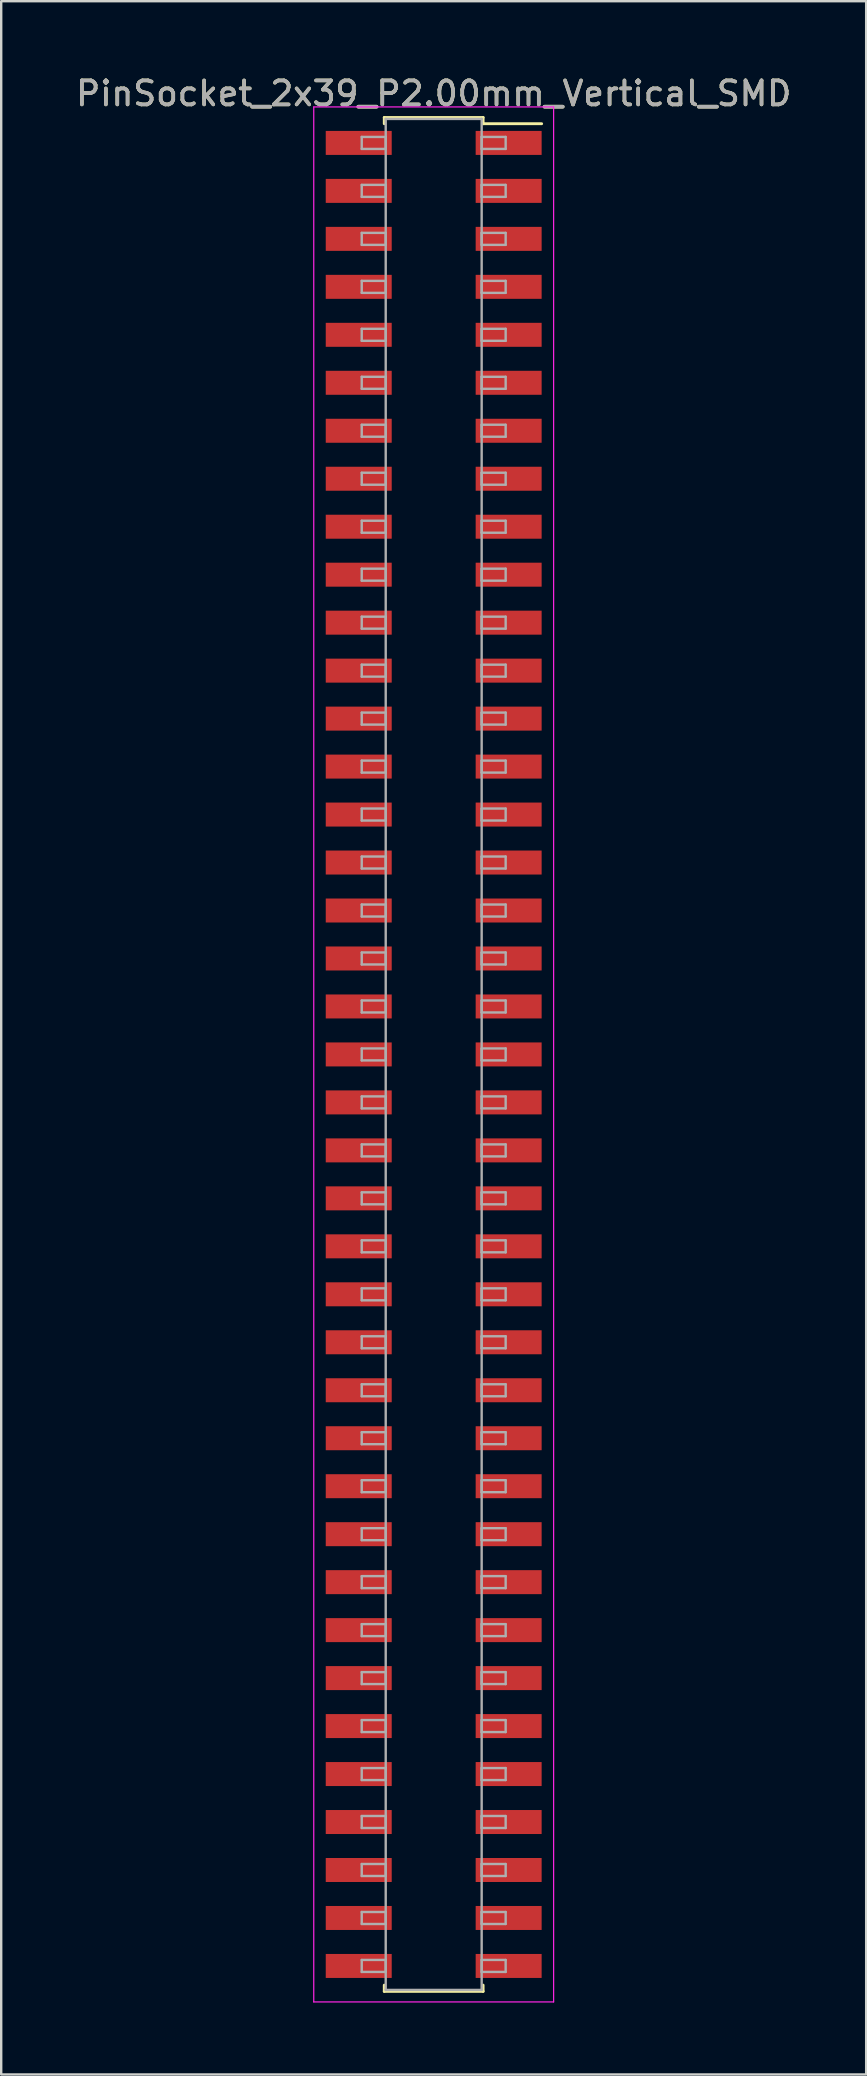
<source format=kicad_pcb>
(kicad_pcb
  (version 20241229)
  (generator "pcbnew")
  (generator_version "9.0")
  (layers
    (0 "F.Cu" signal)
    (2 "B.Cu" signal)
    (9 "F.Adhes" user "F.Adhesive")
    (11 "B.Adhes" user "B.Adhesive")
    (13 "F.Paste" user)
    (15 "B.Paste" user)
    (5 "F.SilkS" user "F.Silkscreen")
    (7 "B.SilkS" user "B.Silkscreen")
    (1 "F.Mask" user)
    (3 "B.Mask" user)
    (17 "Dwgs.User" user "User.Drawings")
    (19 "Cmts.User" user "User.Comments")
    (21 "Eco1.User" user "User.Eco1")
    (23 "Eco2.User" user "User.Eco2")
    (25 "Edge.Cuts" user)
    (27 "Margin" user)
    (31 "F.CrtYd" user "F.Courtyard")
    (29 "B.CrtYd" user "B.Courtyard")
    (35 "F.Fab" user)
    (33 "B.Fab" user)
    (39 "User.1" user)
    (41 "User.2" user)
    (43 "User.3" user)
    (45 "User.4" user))
  (footprint "PinSocket_2x39_P2.00mm_Vertical_SMD"
    (layer "F.Cu")
    (at 15.03 40.908)
    (property "Reference" "PinSocket_2x39_P2.00mm_Vertical_SMD" (at 0 -40.06 0) (layer "F.SilkS") (effects (font (size 1 1) (thickness 0.15))))
    (attr smd)
    (fp_line (start -2.06 -39.06) (end 2.06 -39.06) (stroke (width 0.12) (type solid)) (layer "F.SilkS"))
    (fp_line (start -2.06 -38.8) (end -2.06 -39.06) (stroke (width 0.12) (type solid)) (layer "F.SilkS"))
    (fp_line (start -2.06 38.8) (end -2.06 39.06) (stroke (width 0.12) (type solid)) (layer "F.SilkS"))
    (fp_line (start -2.06 39.06) (end 2.06 39.06) (stroke (width 0.12) (type solid)) (layer "F.SilkS"))
    (fp_line (start 2.06 -39.06) (end 2.06 -38.8) (stroke (width 0.12) (type solid)) (layer "F.SilkS"))
    (fp_line (start 2.06 39.06) (end 2.06 38.8) (stroke (width 0.12) (type solid)) (layer "F.SilkS"))
    (fp_line (start 4.5 -38.8) (end 2.06 -38.8) (stroke (width 0.12) (type solid)) (layer "F.SilkS"))
    (fp_line (start -5 -39.5) (end -5 39.5) (stroke (width 0.05) (type solid)) (layer "F.CrtYd"))
    (fp_line (start -5 39.5) (end 5 39.5) (stroke (width 0.05) (type solid)) (layer "F.CrtYd"))
    (fp_line (start 5 -39.5) (end -5 -39.5) (stroke (width 0.05) (type solid)) (layer "F.CrtYd"))
    (fp_line (start 5 39.5) (end 5 -39.5) (stroke (width 0.05) (type solid)) (layer "F.CrtYd"))
    (fp_line (start -3 -38.25) (end -2 -38.25) (stroke (width 0.1) (type solid)) (layer "F.Fab"))
    (fp_line (start -3 -37.75) (end -3 -38.25) (stroke (width 0.1) (type solid)) (layer "F.Fab"))
    (fp_line (start -3 -36.25) (end -2 -36.25) (stroke (width 0.1) (type solid)) (layer "F.Fab"))
    (fp_line (start -3 -35.75) (end -3 -36.25) (stroke (width 0.1) (type solid)) (layer "F.Fab"))
    (fp_line (start -3 -34.25) (end -2 -34.25) (stroke (width 0.1) (type solid)) (layer "F.Fab"))
    (fp_line (start -3 -33.75) (end -3 -34.25) (stroke (width 0.1) (type solid)) (layer "F.Fab"))
    (fp_line (start -3 -32.25) (end -2 -32.25) (stroke (width 0.1) (type solid)) (layer "F.Fab"))
    (fp_line (start -3 -31.75) (end -3 -32.25) (stroke (width 0.1) (type solid)) (layer "F.Fab"))
    (fp_line (start -3 -30.25) (end -2 -30.25) (stroke (width 0.1) (type solid)) (layer "F.Fab"))
    (fp_line (start -3 -29.75) (end -3 -30.25) (stroke (width 0.1) (type solid)) (layer "F.Fab"))
    (fp_line (start -3 -28.25) (end -2 -28.25) (stroke (width 0.1) (type solid)) (layer "F.Fab"))
    (fp_line (start -3 -27.75) (end -3 -28.25) (stroke (width 0.1) (type solid)) (layer "F.Fab"))
    (fp_line (start -3 -26.25) (end -2 -26.25) (stroke (width 0.1) (type solid)) (layer "F.Fab"))
    (fp_line (start -3 -25.75) (end -3 -26.25) (stroke (width 0.1) (type solid)) (layer "F.Fab"))
    (fp_line (start -3 -24.25) (end -2 -24.25) (stroke (width 0.1) (type solid)) (layer "F.Fab"))
    (fp_line (start -3 -23.75) (end -3 -24.25) (stroke (width 0.1) (type solid)) (layer "F.Fab"))
    (fp_line (start -3 -22.25) (end -2 -22.25) (stroke (width 0.1) (type solid)) (layer "F.Fab"))
    (fp_line (start -3 -21.75) (end -3 -22.25) (stroke (width 0.1) (type solid)) (layer "F.Fab"))
    (fp_line (start -3 -20.25) (end -2 -20.25) (stroke (width 0.1) (type solid)) (layer "F.Fab"))
    (fp_line (start -3 -19.75) (end -3 -20.25) (stroke (width 0.1) (type solid)) (layer "F.Fab"))
    (fp_line (start -3 -18.25) (end -2 -18.25) (stroke (width 0.1) (type solid)) (layer "F.Fab"))
    (fp_line (start -3 -17.75) (end -3 -18.25) (stroke (width 0.1) (type solid)) (layer "F.Fab"))
    (fp_line (start -3 -16.25) (end -2 -16.25) (stroke (width 0.1) (type solid)) (layer "F.Fab"))
    (fp_line (start -3 -15.75) (end -3 -16.25) (stroke (width 0.1) (type solid)) (layer "F.Fab"))
    (fp_line (start -3 -14.25) (end -2 -14.25) (stroke (width 0.1) (type solid)) (layer "F.Fab"))
    (fp_line (start -3 -13.75) (end -3 -14.25) (stroke (width 0.1) (type solid)) (layer "F.Fab"))
    (fp_line (start -3 -12.25) (end -2 -12.25) (stroke (width 0.1) (type solid)) (layer "F.Fab"))
    (fp_line (start -3 -11.75) (end -3 -12.25) (stroke (width 0.1) (type solid)) (layer "F.Fab"))
    (fp_line (start -3 -10.25) (end -2 -10.25) (stroke (width 0.1) (type solid)) (layer "F.Fab"))
    (fp_line (start -3 -9.75) (end -3 -10.25) (stroke (width 0.1) (type solid)) (layer "F.Fab"))
    (fp_line (start -3 -8.25) (end -2 -8.25) (stroke (width 0.1) (type solid)) (layer "F.Fab"))
    (fp_line (start -3 -7.75) (end -3 -8.25) (stroke (width 0.1) (type solid)) (layer "F.Fab"))
    (fp_line (start -3 -6.25) (end -2 -6.25) (stroke (width 0.1) (type solid)) (layer "F.Fab"))
    (fp_line (start -3 -5.75) (end -3 -6.25) (stroke (width 0.1) (type solid)) (layer "F.Fab"))
    (fp_line (start -3 -4.25) (end -2 -4.25) (stroke (width 0.1) (type solid)) (layer "F.Fab"))
    (fp_line (start -3 -3.75) (end -3 -4.25) (stroke (width 0.1) (type solid)) (layer "F.Fab"))
    (fp_line (start -3 -2.25) (end -2 -2.25) (stroke (width 0.1) (type solid)) (layer "F.Fab"))
    (fp_line (start -3 -1.75) (end -3 -2.25) (stroke (width 0.1) (type solid)) (layer "F.Fab"))
    (fp_line (start -3 -0.25) (end -2 -0.25) (stroke (width 0.1) (type solid)) (layer "F.Fab"))
    (fp_line (start -3 0.25) (end -3 -0.25) (stroke (width 0.1) (type solid)) (layer "F.Fab"))
    (fp_line (start -3 1.75) (end -2 1.75) (stroke (width 0.1) (type solid)) (layer "F.Fab"))
    (fp_line (start -3 2.25) (end -3 1.75) (stroke (width 0.1) (type solid)) (layer "F.Fab"))
    (fp_line (start -3 3.75) (end -2 3.75) (stroke (width 0.1) (type solid)) (layer "F.Fab"))
    (fp_line (start -3 4.25) (end -3 3.75) (stroke (width 0.1) (type solid)) (layer "F.Fab"))
    (fp_line (start -3 5.75) (end -2 5.75) (stroke (width 0.1) (type solid)) (layer "F.Fab"))
    (fp_line (start -3 6.25) (end -3 5.75) (stroke (width 0.1) (type solid)) (layer "F.Fab"))
    (fp_line (start -3 7.75) (end -2 7.75) (stroke (width 0.1) (type solid)) (layer "F.Fab"))
    (fp_line (start -3 8.25) (end -3 7.75) (stroke (width 0.1) (type solid)) (layer "F.Fab"))
    (fp_line (start -3 9.75) (end -2 9.75) (stroke (width 0.1) (type solid)) (layer "F.Fab"))
    (fp_line (start -3 10.25) (end -3 9.75) (stroke (width 0.1) (type solid)) (layer "F.Fab"))
    (fp_line (start -3 11.75) (end -2 11.75) (stroke (width 0.1) (type solid)) (layer "F.Fab"))
    (fp_line (start -3 12.25) (end -3 11.75) (stroke (width 0.1) (type solid)) (layer "F.Fab"))
    (fp_line (start -3 13.75) (end -2 13.75) (stroke (width 0.1) (type solid)) (layer "F.Fab"))
    (fp_line (start -3 14.25) (end -3 13.75) (stroke (width 0.1) (type solid)) (layer "F.Fab"))
    (fp_line (start -3 15.75) (end -2 15.75) (stroke (width 0.1) (type solid)) (layer "F.Fab"))
    (fp_line (start -3 16.25) (end -3 15.75) (stroke (width 0.1) (type solid)) (layer "F.Fab"))
    (fp_line (start -3 17.75) (end -2 17.75) (stroke (width 0.1) (type solid)) (layer "F.Fab"))
    (fp_line (start -3 18.25) (end -3 17.75) (stroke (width 0.1) (type solid)) (layer "F.Fab"))
    (fp_line (start -3 19.75) (end -2 19.75) (stroke (width 0.1) (type solid)) (layer "F.Fab"))
    (fp_line (start -3 20.25) (end -3 19.75) (stroke (width 0.1) (type solid)) (layer "F.Fab"))
    (fp_line (start -3 21.75) (end -2 21.75) (stroke (width 0.1) (type solid)) (layer "F.Fab"))
    (fp_line (start -3 22.25) (end -3 21.75) (stroke (width 0.1) (type solid)) (layer "F.Fab"))
    (fp_line (start -3 23.75) (end -2 23.75) (stroke (width 0.1) (type solid)) (layer "F.Fab"))
    (fp_line (start -3 24.25) (end -3 23.75) (stroke (width 0.1) (type solid)) (layer "F.Fab"))
    (fp_line (start -3 25.75) (end -2 25.75) (stroke (width 0.1) (type solid)) (layer "F.Fab"))
    (fp_line (start -3 26.25) (end -3 25.75) (stroke (width 0.1) (type solid)) (layer "F.Fab"))
    (fp_line (start -3 27.75) (end -2 27.75) (stroke (width 0.1) (type solid)) (layer "F.Fab"))
    (fp_line (start -3 28.25) (end -3 27.75) (stroke (width 0.1) (type solid)) (layer "F.Fab"))
    (fp_line (start -3 29.75) (end -2 29.75) (stroke (width 0.1) (type solid)) (layer "F.Fab"))
    (fp_line (start -3 30.25) (end -3 29.75) (stroke (width 0.1) (type solid)) (layer "F.Fab"))
    (fp_line (start -3 31.75) (end -2 31.75) (stroke (width 0.1) (type solid)) (layer "F.Fab"))
    (fp_line (start -3 32.25) (end -3 31.75) (stroke (width 0.1) (type solid)) (layer "F.Fab"))
    (fp_line (start -3 33.75) (end -2 33.75) (stroke (width 0.1) (type solid)) (layer "F.Fab"))
    (fp_line (start -3 34.25) (end -3 33.75) (stroke (width 0.1) (type solid)) (layer "F.Fab"))
    (fp_line (start -3 35.75) (end -2 35.75) (stroke (width 0.1) (type solid)) (layer "F.Fab"))
    (fp_line (start -3 36.25) (end -3 35.75) (stroke (width 0.1) (type solid)) (layer "F.Fab"))
    (fp_line (start -3 37.75) (end -2 37.75) (stroke (width 0.1) (type solid)) (layer "F.Fab"))
    (fp_line (start -3 38.25) (end -3 37.75) (stroke (width 0.1) (type solid)) (layer "F.Fab"))
    (fp_line (start -2 -39) (end -2 39) (stroke (width 0.1) (type solid)) (layer "F.Fab"))
    (fp_line (start -2 -38.25) (end -2 -37.75) (stroke (width 0.1) (type solid)) (layer "F.Fab"))
    (fp_line (start -2 -37.75) (end -3 -37.75) (stroke (width 0.1) (type solid)) (layer "F.Fab"))
    (fp_line (start -2 -36.25) (end -2 -35.75) (stroke (width 0.1) (type solid)) (layer "F.Fab"))
    (fp_line (start -2 -35.75) (end -3 -35.75) (stroke (width 0.1) (type solid)) (layer "F.Fab"))
    (fp_line (start -2 -34.25) (end -2 -33.75) (stroke (width 0.1) (type solid)) (layer "F.Fab"))
    (fp_line (start -2 -33.75) (end -3 -33.75) (stroke (width 0.1) (type solid)) (layer "F.Fab"))
    (fp_line (start -2 -32.25) (end -2 -31.75) (stroke (width 0.1) (type solid)) (layer "F.Fab"))
    (fp_line (start -2 -31.75) (end -3 -31.75) (stroke (width 0.1) (type solid)) (layer "F.Fab"))
    (fp_line (start -2 -30.25) (end -2 -29.75) (stroke (width 0.1) (type solid)) (layer "F.Fab"))
    (fp_line (start -2 -29.75) (end -3 -29.75) (stroke (width 0.1) (type solid)) (layer "F.Fab"))
    (fp_line (start -2 -28.25) (end -2 -27.75) (stroke (width 0.1) (type solid)) (layer "F.Fab"))
    (fp_line (start -2 -27.75) (end -3 -27.75) (stroke (width 0.1) (type solid)) (layer "F.Fab"))
    (fp_line (start -2 -26.25) (end -2 -25.75) (stroke (width 0.1) (type solid)) (layer "F.Fab"))
    (fp_line (start -2 -25.75) (end -3 -25.75) (stroke (width 0.1) (type solid)) (layer "F.Fab"))
    (fp_line (start -2 -24.25) (end -2 -23.75) (stroke (width 0.1) (type solid)) (layer "F.Fab"))
    (fp_line (start -2 -23.75) (end -3 -23.75) (stroke (width 0.1) (type solid)) (layer "F.Fab"))
    (fp_line (start -2 -22.25) (end -2 -21.75) (stroke (width 0.1) (type solid)) (layer "F.Fab"))
    (fp_line (start -2 -21.75) (end -3 -21.75) (stroke (width 0.1) (type solid)) (layer "F.Fab"))
    (fp_line (start -2 -20.25) (end -2 -19.75) (stroke (width 0.1) (type solid)) (layer "F.Fab"))
    (fp_line (start -2 -19.75) (end -3 -19.75) (stroke (width 0.1) (type solid)) (layer "F.Fab"))
    (fp_line (start -2 -18.25) (end -2 -17.75) (stroke (width 0.1) (type solid)) (layer "F.Fab"))
    (fp_line (start -2 -17.75) (end -3 -17.75) (stroke (width 0.1) (type solid)) (layer "F.Fab"))
    (fp_line (start -2 -16.25) (end -2 -15.75) (stroke (width 0.1) (type solid)) (layer "F.Fab"))
    (fp_line (start -2 -15.75) (end -3 -15.75) (stroke (width 0.1) (type solid)) (layer "F.Fab"))
    (fp_line (start -2 -14.25) (end -2 -13.75) (stroke (width 0.1) (type solid)) (layer "F.Fab"))
    (fp_line (start -2 -13.75) (end -3 -13.75) (stroke (width 0.1) (type solid)) (layer "F.Fab"))
    (fp_line (start -2 -12.25) (end -2 -11.75) (stroke (width 0.1) (type solid)) (layer "F.Fab"))
    (fp_line (start -2 -11.75) (end -3 -11.75) (stroke (width 0.1) (type solid)) (layer "F.Fab"))
    (fp_line (start -2 -10.25) (end -2 -9.75) (stroke (width 0.1) (type solid)) (layer "F.Fab"))
    (fp_line (start -2 -9.75) (end -3 -9.75) (stroke (width 0.1) (type solid)) (layer "F.Fab"))
    (fp_line (start -2 -8.25) (end -2 -7.75) (stroke (width 0.1) (type solid)) (layer "F.Fab"))
    (fp_line (start -2 -7.75) (end -3 -7.75) (stroke (width 0.1) (type solid)) (layer "F.Fab"))
    (fp_line (start -2 -6.25) (end -2 -5.75) (stroke (width 0.1) (type solid)) (layer "F.Fab"))
    (fp_line (start -2 -5.75) (end -3 -5.75) (stroke (width 0.1) (type solid)) (layer "F.Fab"))
    (fp_line (start -2 -4.25) (end -2 -3.75) (stroke (width 0.1) (type solid)) (layer "F.Fab"))
    (fp_line (start -2 -3.75) (end -3 -3.75) (stroke (width 0.1) (type solid)) (layer "F.Fab"))
    (fp_line (start -2 -2.25) (end -2 -1.75) (stroke (width 0.1) (type solid)) (layer "F.Fab"))
    (fp_line (start -2 -1.75) (end -3 -1.75) (stroke (width 0.1) (type solid)) (layer "F.Fab"))
    (fp_line (start -2 -0.25) (end -2 0.25) (stroke (width 0.1) (type solid)) (layer "F.Fab"))
    (fp_line (start -2 0.25) (end -3 0.25) (stroke (width 0.1) (type solid)) (layer "F.Fab"))
    (fp_line (start -2 1.75) (end -2 2.25) (stroke (width 0.1) (type solid)) (layer "F.Fab"))
    (fp_line (start -2 2.25) (end -3 2.25) (stroke (width 0.1) (type solid)) (layer "F.Fab"))
    (fp_line (start -2 3.75) (end -2 4.25) (stroke (width 0.1) (type solid)) (layer "F.Fab"))
    (fp_line (start -2 4.25) (end -3 4.25) (stroke (width 0.1) (type solid)) (layer "F.Fab"))
    (fp_line (start -2 5.75) (end -2 6.25) (stroke (width 0.1) (type solid)) (layer "F.Fab"))
    (fp_line (start -2 6.25) (end -3 6.25) (stroke (width 0.1) (type solid)) (layer "F.Fab"))
    (fp_line (start -2 7.75) (end -2 8.25) (stroke (width 0.1) (type solid)) (layer "F.Fab"))
    (fp_line (start -2 8.25) (end -3 8.25) (stroke (width 0.1) (type solid)) (layer "F.Fab"))
    (fp_line (start -2 9.75) (end -2 10.25) (stroke (width 0.1) (type solid)) (layer "F.Fab"))
    (fp_line (start -2 10.25) (end -3 10.25) (stroke (width 0.1) (type solid)) (layer "F.Fab"))
    (fp_line (start -2 11.75) (end -2 12.25) (stroke (width 0.1) (type solid)) (layer "F.Fab"))
    (fp_line (start -2 12.25) (end -3 12.25) (stroke (width 0.1) (type solid)) (layer "F.Fab"))
    (fp_line (start -2 13.75) (end -2 14.25) (stroke (width 0.1) (type solid)) (layer "F.Fab"))
    (fp_line (start -2 14.25) (end -3 14.25) (stroke (width 0.1) (type solid)) (layer "F.Fab"))
    (fp_line (start -2 15.75) (end -2 16.25) (stroke (width 0.1) (type solid)) (layer "F.Fab"))
    (fp_line (start -2 16.25) (end -3 16.25) (stroke (width 0.1) (type solid)) (layer "F.Fab"))
    (fp_line (start -2 17.75) (end -2 18.25) (stroke (width 0.1) (type solid)) (layer "F.Fab"))
    (fp_line (start -2 18.25) (end -3 18.25) (stroke (width 0.1) (type solid)) (layer "F.Fab"))
    (fp_line (start -2 19.75) (end -2 20.25) (stroke (width 0.1) (type solid)) (layer "F.Fab"))
    (fp_line (start -2 20.25) (end -3 20.25) (stroke (width 0.1) (type solid)) (layer "F.Fab"))
    (fp_line (start -2 21.75) (end -2 22.25) (stroke (width 0.1) (type solid)) (layer "F.Fab"))
    (fp_line (start -2 22.25) (end -3 22.25) (stroke (width 0.1) (type solid)) (layer "F.Fab"))
    (fp_line (start -2 23.75) (end -2 24.25) (stroke (width 0.1) (type solid)) (layer "F.Fab"))
    (fp_line (start -2 24.25) (end -3 24.25) (stroke (width 0.1) (type solid)) (layer "F.Fab"))
    (fp_line (start -2 25.75) (end -2 26.25) (stroke (width 0.1) (type solid)) (layer "F.Fab"))
    (fp_line (start -2 26.25) (end -3 26.25) (stroke (width 0.1) (type solid)) (layer "F.Fab"))
    (fp_line (start -2 27.75) (end -2 28.25) (stroke (width 0.1) (type solid)) (layer "F.Fab"))
    (fp_line (start -2 28.25) (end -3 28.25) (stroke (width 0.1) (type solid)) (layer "F.Fab"))
    (fp_line (start -2 29.75) (end -2 30.25) (stroke (width 0.1) (type solid)) (layer "F.Fab"))
    (fp_line (start -2 30.25) (end -3 30.25) (stroke (width 0.1) (type solid)) (layer "F.Fab"))
    (fp_line (start -2 31.75) (end -2 32.25) (stroke (width 0.1) (type solid)) (layer "F.Fab"))
    (fp_line (start -2 32.25) (end -3 32.25) (stroke (width 0.1) (type solid)) (layer "F.Fab"))
    (fp_line (start -2 33.75) (end -2 34.25) (stroke (width 0.1) (type solid)) (layer "F.Fab"))
    (fp_line (start -2 34.25) (end -3 34.25) (stroke (width 0.1) (type solid)) (layer "F.Fab"))
    (fp_line (start -2 35.75) (end -2 36.25) (stroke (width 0.1) (type solid)) (layer "F.Fab"))
    (fp_line (start -2 36.25) (end -3 36.25) (stroke (width 0.1) (type solid)) (layer "F.Fab"))
    (fp_line (start -2 37.75) (end -2 38.25) (stroke (width 0.1) (type solid)) (layer "F.Fab"))
    (fp_line (start -2 38.25) (end -3 38.25) (stroke (width 0.1) (type solid)) (layer "F.Fab"))
    (fp_line (start -2 39) (end 2 39) (stroke (width 0.1) (type solid)) (layer "F.Fab"))
    (fp_line (start 2 -39) (end -2 -39) (stroke (width 0.1) (type solid)) (layer "F.Fab"))
    (fp_line (start 2 -38.25) (end 2 -37.75) (stroke (width 0.1) (type solid)) (layer "F.Fab"))
    (fp_line (start 2 -37.75) (end 3 -37.75) (stroke (width 0.1) (type solid)) (layer "F.Fab"))
    (fp_line (start 2 -36.25) (end 2 -35.75) (stroke (width 0.1) (type solid)) (layer "F.Fab"))
    (fp_line (start 2 -35.75) (end 3 -35.75) (stroke (width 0.1) (type solid)) (layer "F.Fab"))
    (fp_line (start 2 -34.25) (end 2 -33.75) (stroke (width 0.1) (type solid)) (layer "F.Fab"))
    (fp_line (start 2 -33.75) (end 3 -33.75) (stroke (width 0.1) (type solid)) (layer "F.Fab"))
    (fp_line (start 2 -32.25) (end 2 -31.75) (stroke (width 0.1) (type solid)) (layer "F.Fab"))
    (fp_line (start 2 -31.75) (end 3 -31.75) (stroke (width 0.1) (type solid)) (layer "F.Fab"))
    (fp_line (start 2 -30.25) (end 2 -29.75) (stroke (width 0.1) (type solid)) (layer "F.Fab"))
    (fp_line (start 2 -29.75) (end 3 -29.75) (stroke (width 0.1) (type solid)) (layer "F.Fab"))
    (fp_line (start 2 -28.25) (end 2 -27.75) (stroke (width 0.1) (type solid)) (layer "F.Fab"))
    (fp_line (start 2 -27.75) (end 3 -27.75) (stroke (width 0.1) (type solid)) (layer "F.Fab"))
    (fp_line (start 2 -26.25) (end 2 -25.75) (stroke (width 0.1) (type solid)) (layer "F.Fab"))
    (fp_line (start 2 -25.75) (end 3 -25.75) (stroke (width 0.1) (type solid)) (layer "F.Fab"))
    (fp_line (start 2 -24.25) (end 2 -23.75) (stroke (width 0.1) (type solid)) (layer "F.Fab"))
    (fp_line (start 2 -23.75) (end 3 -23.75) (stroke (width 0.1) (type solid)) (layer "F.Fab"))
    (fp_line (start 2 -22.25) (end 2 -21.75) (stroke (width 0.1) (type solid)) (layer "F.Fab"))
    (fp_line (start 2 -21.75) (end 3 -21.75) (stroke (width 0.1) (type solid)) (layer "F.Fab"))
    (fp_line (start 2 -20.25) (end 2 -19.75) (stroke (width 0.1) (type solid)) (layer "F.Fab"))
    (fp_line (start 2 -19.75) (end 3 -19.75) (stroke (width 0.1) (type solid)) (layer "F.Fab"))
    (fp_line (start 2 -18.25) (end 2 -17.75) (stroke (width 0.1) (type solid)) (layer "F.Fab"))
    (fp_line (start 2 -17.75) (end 3 -17.75) (stroke (width 0.1) (type solid)) (layer "F.Fab"))
    (fp_line (start 2 -16.25) (end 2 -15.75) (stroke (width 0.1) (type solid)) (layer "F.Fab"))
    (fp_line (start 2 -15.75) (end 3 -15.75) (stroke (width 0.1) (type solid)) (layer "F.Fab"))
    (fp_line (start 2 -14.25) (end 2 -13.75) (stroke (width 0.1) (type solid)) (layer "F.Fab"))
    (fp_line (start 2 -13.75) (end 3 -13.75) (stroke (width 0.1) (type solid)) (layer "F.Fab"))
    (fp_line (start 2 -12.25) (end 2 -11.75) (stroke (width 0.1) (type solid)) (layer "F.Fab"))
    (fp_line (start 2 -11.75) (end 3 -11.75) (stroke (width 0.1) (type solid)) (layer "F.Fab"))
    (fp_line (start 2 -10.25) (end 2 -9.75) (stroke (width 0.1) (type solid)) (layer "F.Fab"))
    (fp_line (start 2 -9.75) (end 3 -9.75) (stroke (width 0.1) (type solid)) (layer "F.Fab"))
    (fp_line (start 2 -8.25) (end 2 -7.75) (stroke (width 0.1) (type solid)) (layer "F.Fab"))
    (fp_line (start 2 -7.75) (end 3 -7.75) (stroke (width 0.1) (type solid)) (layer "F.Fab"))
    (fp_line (start 2 -6.25) (end 2 -5.75) (stroke (width 0.1) (type solid)) (layer "F.Fab"))
    (fp_line (start 2 -5.75) (end 3 -5.75) (stroke (width 0.1) (type solid)) (layer "F.Fab"))
    (fp_line (start 2 -4.25) (end 2 -3.75) (stroke (width 0.1) (type solid)) (layer "F.Fab"))
    (fp_line (start 2 -3.75) (end 3 -3.75) (stroke (width 0.1) (type solid)) (layer "F.Fab"))
    (fp_line (start 2 -2.25) (end 2 -1.75) (stroke (width 0.1) (type solid)) (layer "F.Fab"))
    (fp_line (start 2 -1.75) (end 3 -1.75) (stroke (width 0.1) (type solid)) (layer "F.Fab"))
    (fp_line (start 2 -0.25) (end 2 0.25) (stroke (width 0.1) (type solid)) (layer "F.Fab"))
    (fp_line (start 2 0.25) (end 3 0.25) (stroke (width 0.1) (type solid)) (layer "F.Fab"))
    (fp_line (start 2 1.75) (end 2 2.25) (stroke (width 0.1) (type solid)) (layer "F.Fab"))
    (fp_line (start 2 2.25) (end 3 2.25) (stroke (width 0.1) (type solid)) (layer "F.Fab"))
    (fp_line (start 2 3.75) (end 2 4.25) (stroke (width 0.1) (type solid)) (layer "F.Fab"))
    (fp_line (start 2 4.25) (end 3 4.25) (stroke (width 0.1) (type solid)) (layer "F.Fab"))
    (fp_line (start 2 5.75) (end 2 6.25) (stroke (width 0.1) (type solid)) (layer "F.Fab"))
    (fp_line (start 2 6.25) (end 3 6.25) (stroke (width 0.1) (type solid)) (layer "F.Fab"))
    (fp_line (start 2 7.75) (end 2 8.25) (stroke (width 0.1) (type solid)) (layer "F.Fab"))
    (fp_line (start 2 8.25) (end 3 8.25) (stroke (width 0.1) (type solid)) (layer "F.Fab"))
    (fp_line (start 2 9.75) (end 2 10.25) (stroke (width 0.1) (type solid)) (layer "F.Fab"))
    (fp_line (start 2 10.25) (end 3 10.25) (stroke (width 0.1) (type solid)) (layer "F.Fab"))
    (fp_line (start 2 11.75) (end 2 12.25) (stroke (width 0.1) (type solid)) (layer "F.Fab"))
    (fp_line (start 2 12.25) (end 3 12.25) (stroke (width 0.1) (type solid)) (layer "F.Fab"))
    (fp_line (start 2 13.75) (end 2 14.25) (stroke (width 0.1) (type solid)) (layer "F.Fab"))
    (fp_line (start 2 14.25) (end 3 14.25) (stroke (width 0.1) (type solid)) (layer "F.Fab"))
    (fp_line (start 2 15.75) (end 2 16.25) (stroke (width 0.1) (type solid)) (layer "F.Fab"))
    (fp_line (start 2 16.25) (end 3 16.25) (stroke (width 0.1) (type solid)) (layer "F.Fab"))
    (fp_line (start 2 17.75) (end 2 18.25) (stroke (width 0.1) (type solid)) (layer "F.Fab"))
    (fp_line (start 2 18.25) (end 3 18.25) (stroke (width 0.1) (type solid)) (layer "F.Fab"))
    (fp_line (start 2 19.75) (end 2 20.25) (stroke (width 0.1) (type solid)) (layer "F.Fab"))
    (fp_line (start 2 20.25) (end 3 20.25) (stroke (width 0.1) (type solid)) (layer "F.Fab"))
    (fp_line (start 2 21.75) (end 2 22.25) (stroke (width 0.1) (type solid)) (layer "F.Fab"))
    (fp_line (start 2 22.25) (end 3 22.25) (stroke (width 0.1) (type solid)) (layer "F.Fab"))
    (fp_line (start 2 23.75) (end 2 24.25) (stroke (width 0.1) (type solid)) (layer "F.Fab"))
    (fp_line (start 2 24.25) (end 3 24.25) (stroke (width 0.1) (type solid)) (layer "F.Fab"))
    (fp_line (start 2 25.75) (end 2 26.25) (stroke (width 0.1) (type solid)) (layer "F.Fab"))
    (fp_line (start 2 26.25) (end 3 26.25) (stroke (width 0.1) (type solid)) (layer "F.Fab"))
    (fp_line (start 2 27.75) (end 2 28.25) (stroke (width 0.1) (type solid)) (layer "F.Fab"))
    (fp_line (start 2 28.25) (end 3 28.25) (stroke (width 0.1) (type solid)) (layer "F.Fab"))
    (fp_line (start 2 29.75) (end 2 30.25) (stroke (width 0.1) (type solid)) (layer "F.Fab"))
    (fp_line (start 2 30.25) (end 3 30.25) (stroke (width 0.1) (type solid)) (layer "F.Fab"))
    (fp_line (start 2 31.75) (end 2 32.25) (stroke (width 0.1) (type solid)) (layer "F.Fab"))
    (fp_line (start 2 32.25) (end 3 32.25) (stroke (width 0.1) (type solid)) (layer "F.Fab"))
    (fp_line (start 2 33.75) (end 2 34.25) (stroke (width 0.1) (type solid)) (layer "F.Fab"))
    (fp_line (start 2 34.25) (end 3 34.25) (stroke (width 0.1) (type solid)) (layer "F.Fab"))
    (fp_line (start 2 35.75) (end 2 36.25) (stroke (width 0.1) (type solid)) (layer "F.Fab"))
    (fp_line (start 2 36.25) (end 3 36.25) (stroke (width 0.1) (type solid)) (layer "F.Fab"))
    (fp_line (start 2 37.75) (end 2 38.25) (stroke (width 0.1) (type solid)) (layer "F.Fab"))
    (fp_line (start 2 38.25) (end 3 38.25) (stroke (width 0.1) (type solid)) (layer "F.Fab"))
    (fp_line (start 2 39) (end 2 -39) (stroke (width 0.1) (type solid)) (layer "F.Fab"))
    (fp_line (start 3 -38.25) (end 2 -38.25) (stroke (width 0.1) (type solid)) (layer "F.Fab"))
    (fp_line (start 3 -37.75) (end 3 -38.25) (stroke (width 0.1) (type solid)) (layer "F.Fab"))
    (fp_line (start 3 -36.25) (end 2 -36.25) (stroke (width 0.1) (type solid)) (layer "F.Fab"))
    (fp_line (start 3 -35.75) (end 3 -36.25) (stroke (width 0.1) (type solid)) (layer "F.Fab"))
    (fp_line (start 3 -34.25) (end 2 -34.25) (stroke (width 0.1) (type solid)) (layer "F.Fab"))
    (fp_line (start 3 -33.75) (end 3 -34.25) (stroke (width 0.1) (type solid)) (layer "F.Fab"))
    (fp_line (start 3 -32.25) (end 2 -32.25) (stroke (width 0.1) (type solid)) (layer "F.Fab"))
    (fp_line (start 3 -31.75) (end 3 -32.25) (stroke (width 0.1) (type solid)) (layer "F.Fab"))
    (fp_line (start 3 -30.25) (end 2 -30.25) (stroke (width 0.1) (type solid)) (layer "F.Fab"))
    (fp_line (start 3 -29.75) (end 3 -30.25) (stroke (width 0.1) (type solid)) (layer "F.Fab"))
    (fp_line (start 3 -28.25) (end 2 -28.25) (stroke (width 0.1) (type solid)) (layer "F.Fab"))
    (fp_line (start 3 -27.75) (end 3 -28.25) (stroke (width 0.1) (type solid)) (layer "F.Fab"))
    (fp_line (start 3 -26.25) (end 2 -26.25) (stroke (width 0.1) (type solid)) (layer "F.Fab"))
    (fp_line (start 3 -25.75) (end 3 -26.25) (stroke (width 0.1) (type solid)) (layer "F.Fab"))
    (fp_line (start 3 -24.25) (end 2 -24.25) (stroke (width 0.1) (type solid)) (layer "F.Fab"))
    (fp_line (start 3 -23.75) (end 3 -24.25) (stroke (width 0.1) (type solid)) (layer "F.Fab"))
    (fp_line (start 3 -22.25) (end 2 -22.25) (stroke (width 0.1) (type solid)) (layer "F.Fab"))
    (fp_line (start 3 -21.75) (end 3 -22.25) (stroke (width 0.1) (type solid)) (layer "F.Fab"))
    (fp_line (start 3 -20.25) (end 2 -20.25) (stroke (width 0.1) (type solid)) (layer "F.Fab"))
    (fp_line (start 3 -19.75) (end 3 -20.25) (stroke (width 0.1) (type solid)) (layer "F.Fab"))
    (fp_line (start 3 -18.25) (end 2 -18.25) (stroke (width 0.1) (type solid)) (layer "F.Fab"))
    (fp_line (start 3 -17.75) (end 3 -18.25) (stroke (width 0.1) (type solid)) (layer "F.Fab"))
    (fp_line (start 3 -16.25) (end 2 -16.25) (stroke (width 0.1) (type solid)) (layer "F.Fab"))
    (fp_line (start 3 -15.75) (end 3 -16.25) (stroke (width 0.1) (type solid)) (layer "F.Fab"))
    (fp_line (start 3 -14.25) (end 2 -14.25) (stroke (width 0.1) (type solid)) (layer "F.Fab"))
    (fp_line (start 3 -13.75) (end 3 -14.25) (stroke (width 0.1) (type solid)) (layer "F.Fab"))
    (fp_line (start 3 -12.25) (end 2 -12.25) (stroke (width 0.1) (type solid)) (layer "F.Fab"))
    (fp_line (start 3 -11.75) (end 3 -12.25) (stroke (width 0.1) (type solid)) (layer "F.Fab"))
    (fp_line (start 3 -10.25) (end 2 -10.25) (stroke (width 0.1) (type solid)) (layer "F.Fab"))
    (fp_line (start 3 -9.75) (end 3 -10.25) (stroke (width 0.1) (type solid)) (layer "F.Fab"))
    (fp_line (start 3 -8.25) (end 2 -8.25) (stroke (width 0.1) (type solid)) (layer "F.Fab"))
    (fp_line (start 3 -7.75) (end 3 -8.25) (stroke (width 0.1) (type solid)) (layer "F.Fab"))
    (fp_line (start 3 -6.25) (end 2 -6.25) (stroke (width 0.1) (type solid)) (layer "F.Fab"))
    (fp_line (start 3 -5.75) (end 3 -6.25) (stroke (width 0.1) (type solid)) (layer "F.Fab"))
    (fp_line (start 3 -4.25) (end 2 -4.25) (stroke (width 0.1) (type solid)) (layer "F.Fab"))
    (fp_line (start 3 -3.75) (end 3 -4.25) (stroke (width 0.1) (type solid)) (layer "F.Fab"))
    (fp_line (start 3 -2.25) (end 2 -2.25) (stroke (width 0.1) (type solid)) (layer "F.Fab"))
    (fp_line (start 3 -1.75) (end 3 -2.25) (stroke (width 0.1) (type solid)) (layer "F.Fab"))
    (fp_line (start 3 -0.25) (end 2 -0.25) (stroke (width 0.1) (type solid)) (layer "F.Fab"))
    (fp_line (start 3 0.25) (end 3 -0.25) (stroke (width 0.1) (type solid)) (layer "F.Fab"))
    (fp_line (start 3 1.75) (end 2 1.75) (stroke (width 0.1) (type solid)) (layer "F.Fab"))
    (fp_line (start 3 2.25) (end 3 1.75) (stroke (width 0.1) (type solid)) (layer "F.Fab"))
    (fp_line (start 3 3.75) (end 2 3.75) (stroke (width 0.1) (type solid)) (layer "F.Fab"))
    (fp_line (start 3 4.25) (end 3 3.75) (stroke (width 0.1) (type solid)) (layer "F.Fab"))
    (fp_line (start 3 5.75) (end 2 5.75) (stroke (width 0.1) (type solid)) (layer "F.Fab"))
    (fp_line (start 3 6.25) (end 3 5.75) (stroke (width 0.1) (type solid)) (layer "F.Fab"))
    (fp_line (start 3 7.75) (end 2 7.75) (stroke (width 0.1) (type solid)) (layer "F.Fab"))
    (fp_line (start 3 8.25) (end 3 7.75) (stroke (width 0.1) (type solid)) (layer "F.Fab"))
    (fp_line (start 3 9.75) (end 2 9.75) (stroke (width 0.1) (type solid)) (layer "F.Fab"))
    (fp_line (start 3 10.25) (end 3 9.75) (stroke (width 0.1) (type solid)) (layer "F.Fab"))
    (fp_line (start 3 11.75) (end 2 11.75) (stroke (width 0.1) (type solid)) (layer "F.Fab"))
    (fp_line (start 3 12.25) (end 3 11.75) (stroke (width 0.1) (type solid)) (layer "F.Fab"))
    (fp_line (start 3 13.75) (end 2 13.75) (stroke (width 0.1) (type solid)) (layer "F.Fab"))
    (fp_line (start 3 14.25) (end 3 13.75) (stroke (width 0.1) (type solid)) (layer "F.Fab"))
    (fp_line (start 3 15.75) (end 2 15.75) (stroke (width 0.1) (type solid)) (layer "F.Fab"))
    (fp_line (start 3 16.25) (end 3 15.75) (stroke (width 0.1) (type solid)) (layer "F.Fab"))
    (fp_line (start 3 17.75) (end 2 17.75) (stroke (width 0.1) (type solid)) (layer "F.Fab"))
    (fp_line (start 3 18.25) (end 3 17.75) (stroke (width 0.1) (type solid)) (layer "F.Fab"))
    (fp_line (start 3 19.75) (end 2 19.75) (stroke (width 0.1) (type solid)) (layer "F.Fab"))
    (fp_line (start 3 20.25) (end 3 19.75) (stroke (width 0.1) (type solid)) (layer "F.Fab"))
    (fp_line (start 3 21.75) (end 2 21.75) (stroke (width 0.1) (type solid)) (layer "F.Fab"))
    (fp_line (start 3 22.25) (end 3 21.75) (stroke (width 0.1) (type solid)) (layer "F.Fab"))
    (fp_line (start 3 23.75) (end 2 23.75) (stroke (width 0.1) (type solid)) (layer "F.Fab"))
    (fp_line (start 3 24.25) (end 3 23.75) (stroke (width 0.1) (type solid)) (layer "F.Fab"))
    (fp_line (start 3 25.75) (end 2 25.75) (stroke (width 0.1) (type solid)) (layer "F.Fab"))
    (fp_line (start 3 26.25) (end 3 25.75) (stroke (width 0.1) (type solid)) (layer "F.Fab"))
    (fp_line (start 3 27.75) (end 2 27.75) (stroke (width 0.1) (type solid)) (layer "F.Fab"))
    (fp_line (start 3 28.25) (end 3 27.75) (stroke (width 0.1) (type solid)) (layer "F.Fab"))
    (fp_line (start 3 29.75) (end 2 29.75) (stroke (width 0.1) (type solid)) (layer "F.Fab"))
    (fp_line (start 3 30.25) (end 3 29.75) (stroke (width 0.1) (type solid)) (layer "F.Fab"))
    (fp_line (start 3 31.75) (end 2 31.75) (stroke (width 0.1) (type solid)) (layer "F.Fab"))
    (fp_line (start 3 32.25) (end 3 31.75) (stroke (width 0.1) (type solid)) (layer "F.Fab"))
    (fp_line (start 3 33.75) (end 2 33.75) (stroke (width 0.1) (type solid)) (layer "F.Fab"))
    (fp_line (start 3 34.25) (end 3 33.75) (stroke (width 0.1) (type solid)) (layer "F.Fab"))
    (fp_line (start 3 35.75) (end 2 35.75) (stroke (width 0.1) (type solid)) (layer "F.Fab"))
    (fp_line (start 3 36.25) (end 3 35.75) (stroke (width 0.1) (type solid)) (layer "F.Fab"))
    (fp_line (start 3 37.75) (end 2 37.75) (stroke (width 0.1) (type solid)) (layer "F.Fab"))
    (fp_line (start 3 38.25) (end 3 37.75) (stroke (width 0.1) (type solid)) (layer "F.Fab"))
    (fp_text user "${REFERENCE}" (at 0 -40.06 0) (layer "F.Fab") (effects (font (size 1 1) (thickness 0.15))))
    (pad "1" smd rect (at 3.125 -38) (size 2.75 1) (layers "F.Cu" "F.Mask" "F.Paste"))
    (pad "2" smd rect (at -3.125 -38) (size 2.75 1) (layers "F.Cu" "F.Mask" "F.Paste"))
    (pad "3" smd rect (at 3.125 -36) (size 2.75 1) (layers "F.Cu" "F.Mask" "F.Paste"))
    (pad "4" smd rect (at -3.125 -36) (size 2.75 1) (layers "F.Cu" "F.Mask" "F.Paste"))
    (pad "5" smd rect (at 3.125 -34) (size 2.75 1) (layers "F.Cu" "F.Mask" "F.Paste"))
    (pad "6" smd rect (at -3.125 -34) (size 2.75 1) (layers "F.Cu" "F.Mask" "F.Paste"))
    (pad "7" smd rect (at 3.125 -32) (size 2.75 1) (layers "F.Cu" "F.Mask" "F.Paste"))
    (pad "8" smd rect (at -3.125 -32) (size 2.75 1) (layers "F.Cu" "F.Mask" "F.Paste"))
    (pad "9" smd rect (at 3.125 -30) (size 2.75 1) (layers "F.Cu" "F.Mask" "F.Paste"))
    (pad "10" smd rect (at -3.125 -30) (size 2.75 1) (layers "F.Cu" "F.Mask" "F.Paste"))
    (pad "11" smd rect (at 3.125 -28) (size 2.75 1) (layers "F.Cu" "F.Mask" "F.Paste"))
    (pad "12" smd rect (at -3.125 -28) (size 2.75 1) (layers "F.Cu" "F.Mask" "F.Paste"))
    (pad "13" smd rect (at 3.125 -26) (size 2.75 1) (layers "F.Cu" "F.Mask" "F.Paste"))
    (pad "14" smd rect (at -3.125 -26) (size 2.75 1) (layers "F.Cu" "F.Mask" "F.Paste"))
    (pad "15" smd rect (at 3.125 -24) (size 2.75 1) (layers "F.Cu" "F.Mask" "F.Paste"))
    (pad "16" smd rect (at -3.125 -24) (size 2.75 1) (layers "F.Cu" "F.Mask" "F.Paste"))
    (pad "17" smd rect (at 3.125 -22) (size 2.75 1) (layers "F.Cu" "F.Mask" "F.Paste"))
    (pad "18" smd rect (at -3.125 -22) (size 2.75 1) (layers "F.Cu" "F.Mask" "F.Paste"))
    (pad "19" smd rect (at 3.125 -20) (size 2.75 1) (layers "F.Cu" "F.Mask" "F.Paste"))
    (pad "20" smd rect (at -3.125 -20) (size 2.75 1) (layers "F.Cu" "F.Mask" "F.Paste"))
    (pad "21" smd rect (at 3.125 -18) (size 2.75 1) (layers "F.Cu" "F.Mask" "F.Paste"))
    (pad "22" smd rect (at -3.125 -18) (size 2.75 1) (layers "F.Cu" "F.Mask" "F.Paste"))
    (pad "23" smd rect (at 3.125 -16) (size 2.75 1) (layers "F.Cu" "F.Mask" "F.Paste"))
    (pad "24" smd rect (at -3.125 -16) (size 2.75 1) (layers "F.Cu" "F.Mask" "F.Paste"))
    (pad "25" smd rect (at 3.125 -14) (size 2.75 1) (layers "F.Cu" "F.Mask" "F.Paste"))
    (pad "26" smd rect (at -3.125 -14) (size 2.75 1) (layers "F.Cu" "F.Mask" "F.Paste"))
    (pad "27" smd rect (at 3.125 -12) (size 2.75 1) (layers "F.Cu" "F.Mask" "F.Paste"))
    (pad "28" smd rect (at -3.125 -12) (size 2.75 1) (layers "F.Cu" "F.Mask" "F.Paste"))
    (pad "29" smd rect (at 3.125 -10) (size 2.75 1) (layers "F.Cu" "F.Mask" "F.Paste"))
    (pad "30" smd rect (at -3.125 -10) (size 2.75 1) (layers "F.Cu" "F.Mask" "F.Paste"))
    (pad "31" smd rect (at 3.125 -8) (size 2.75 1) (layers "F.Cu" "F.Mask" "F.Paste"))
    (pad "32" smd rect (at -3.125 -8) (size 2.75 1) (layers "F.Cu" "F.Mask" "F.Paste"))
    (pad "33" smd rect (at 3.125 -6) (size 2.75 1) (layers "F.Cu" "F.Mask" "F.Paste"))
    (pad "34" smd rect (at -3.125 -6) (size 2.75 1) (layers "F.Cu" "F.Mask" "F.Paste"))
    (pad "35" smd rect (at 3.125 -4) (size 2.75 1) (layers "F.Cu" "F.Mask" "F.Paste"))
    (pad "36" smd rect (at -3.125 -4) (size 2.75 1) (layers "F.Cu" "F.Mask" "F.Paste"))
    (pad "37" smd rect (at 3.125 -2) (size 2.75 1) (layers "F.Cu" "F.Mask" "F.Paste"))
    (pad "38" smd rect (at -3.125 -2) (size 2.75 1) (layers "F.Cu" "F.Mask" "F.Paste"))
    (pad "39" smd rect (at 3.125 0) (size 2.75 1) (layers "F.Cu" "F.Mask" "F.Paste"))
    (pad "40" smd rect (at -3.125 0) (size 2.75 1) (layers "F.Cu" "F.Mask" "F.Paste"))
    (pad "41" smd rect (at 3.125 2) (size 2.75 1) (layers "F.Cu" "F.Mask" "F.Paste"))
    (pad "42" smd rect (at -3.125 2) (size 2.75 1) (layers "F.Cu" "F.Mask" "F.Paste"))
    (pad "43" smd rect (at 3.125 4) (size 2.75 1) (layers "F.Cu" "F.Mask" "F.Paste"))
    (pad "44" smd rect (at -3.125 4) (size 2.75 1) (layers "F.Cu" "F.Mask" "F.Paste"))
    (pad "45" smd rect (at 3.125 6) (size 2.75 1) (layers "F.Cu" "F.Mask" "F.Paste"))
    (pad "46" smd rect (at -3.125 6) (size 2.75 1) (layers "F.Cu" "F.Mask" "F.Paste"))
    (pad "47" smd rect (at 3.125 8) (size 2.75 1) (layers "F.Cu" "F.Mask" "F.Paste"))
    (pad "48" smd rect (at -3.125 8) (size 2.75 1) (layers "F.Cu" "F.Mask" "F.Paste"))
    (pad "49" smd rect (at 3.125 10) (size 2.75 1) (layers "F.Cu" "F.Mask" "F.Paste"))
    (pad "50" smd rect (at -3.125 10) (size 2.75 1) (layers "F.Cu" "F.Mask" "F.Paste"))
    (pad "51" smd rect (at 3.125 12) (size 2.75 1) (layers "F.Cu" "F.Mask" "F.Paste"))
    (pad "52" smd rect (at -3.125 12) (size 2.75 1) (layers "F.Cu" "F.Mask" "F.Paste"))
    (pad "53" smd rect (at 3.125 14) (size 2.75 1) (layers "F.Cu" "F.Mask" "F.Paste"))
    (pad "54" smd rect (at -3.125 14) (size 2.75 1) (layers "F.Cu" "F.Mask" "F.Paste"))
    (pad "55" smd rect (at 3.125 16) (size 2.75 1) (layers "F.Cu" "F.Mask" "F.Paste"))
    (pad "56" smd rect (at -3.125 16) (size 2.75 1) (layers "F.Cu" "F.Mask" "F.Paste"))
    (pad "57" smd rect (at 3.125 18) (size 2.75 1) (layers "F.Cu" "F.Mask" "F.Paste"))
    (pad "58" smd rect (at -3.125 18) (size 2.75 1) (layers "F.Cu" "F.Mask" "F.Paste"))
    (pad "59" smd rect (at 3.125 20) (size 2.75 1) (layers "F.Cu" "F.Mask" "F.Paste"))
    (pad "60" smd rect (at -3.125 20) (size 2.75 1) (layers "F.Cu" "F.Mask" "F.Paste"))
    (pad "61" smd rect (at 3.125 22) (size 2.75 1) (layers "F.Cu" "F.Mask" "F.Paste"))
    (pad "62" smd rect (at -3.125 22) (size 2.75 1) (layers "F.Cu" "F.Mask" "F.Paste"))
    (pad "63" smd rect (at 3.125 24) (size 2.75 1) (layers "F.Cu" "F.Mask" "F.Paste"))
    (pad "64" smd rect (at -3.125 24) (size 2.75 1) (layers "F.Cu" "F.Mask" "F.Paste"))
    (pad "65" smd rect (at 3.125 26) (size 2.75 1) (layers "F.Cu" "F.Mask" "F.Paste"))
    (pad "66" smd rect (at -3.125 26) (size 2.75 1) (layers "F.Cu" "F.Mask" "F.Paste"))
    (pad "67" smd rect (at 3.125 28) (size 2.75 1) (layers "F.Cu" "F.Mask" "F.Paste"))
    (pad "68" smd rect (at -3.125 28) (size 2.75 1) (layers "F.Cu" "F.Mask" "F.Paste"))
    (pad "69" smd rect (at 3.125 30) (size 2.75 1) (layers "F.Cu" "F.Mask" "F.Paste"))
    (pad "70" smd rect (at -3.125 30) (size 2.75 1) (layers "F.Cu" "F.Mask" "F.Paste"))
    (pad "71" smd rect (at 3.125 32) (size 2.75 1) (layers "F.Cu" "F.Mask" "F.Paste"))
    (pad "72" smd rect (at -3.125 32) (size 2.75 1) (layers "F.Cu" "F.Mask" "F.Paste"))
    (pad "73" smd rect (at 3.125 34) (size 2.75 1) (layers "F.Cu" "F.Mask" "F.Paste"))
    (pad "74" smd rect (at -3.125 34) (size 2.75 1) (layers "F.Cu" "F.Mask" "F.Paste"))
    (pad "75" smd rect (at 3.125 36) (size 2.75 1) (layers "F.Cu" "F.Mask" "F.Paste"))
    (pad "76" smd rect (at -3.125 36) (size 2.75 1) (layers "F.Cu" "F.Mask" "F.Paste"))
    (pad "77" smd rect (at 3.125 38) (size 2.75 1) (layers "F.Cu" "F.Mask" "F.Paste"))
    (pad "78" smd rect (at -3.125 38) (size 2.75 1) (layers "F.Cu" "F.Mask" "F.Paste")))
  (gr_rect
    (start -3 -3)
    (end 33.06 83.433)
    (stroke (width 0.1) (type default))
    (fill no)
    (layer "Edge.Cuts")))
</source>
